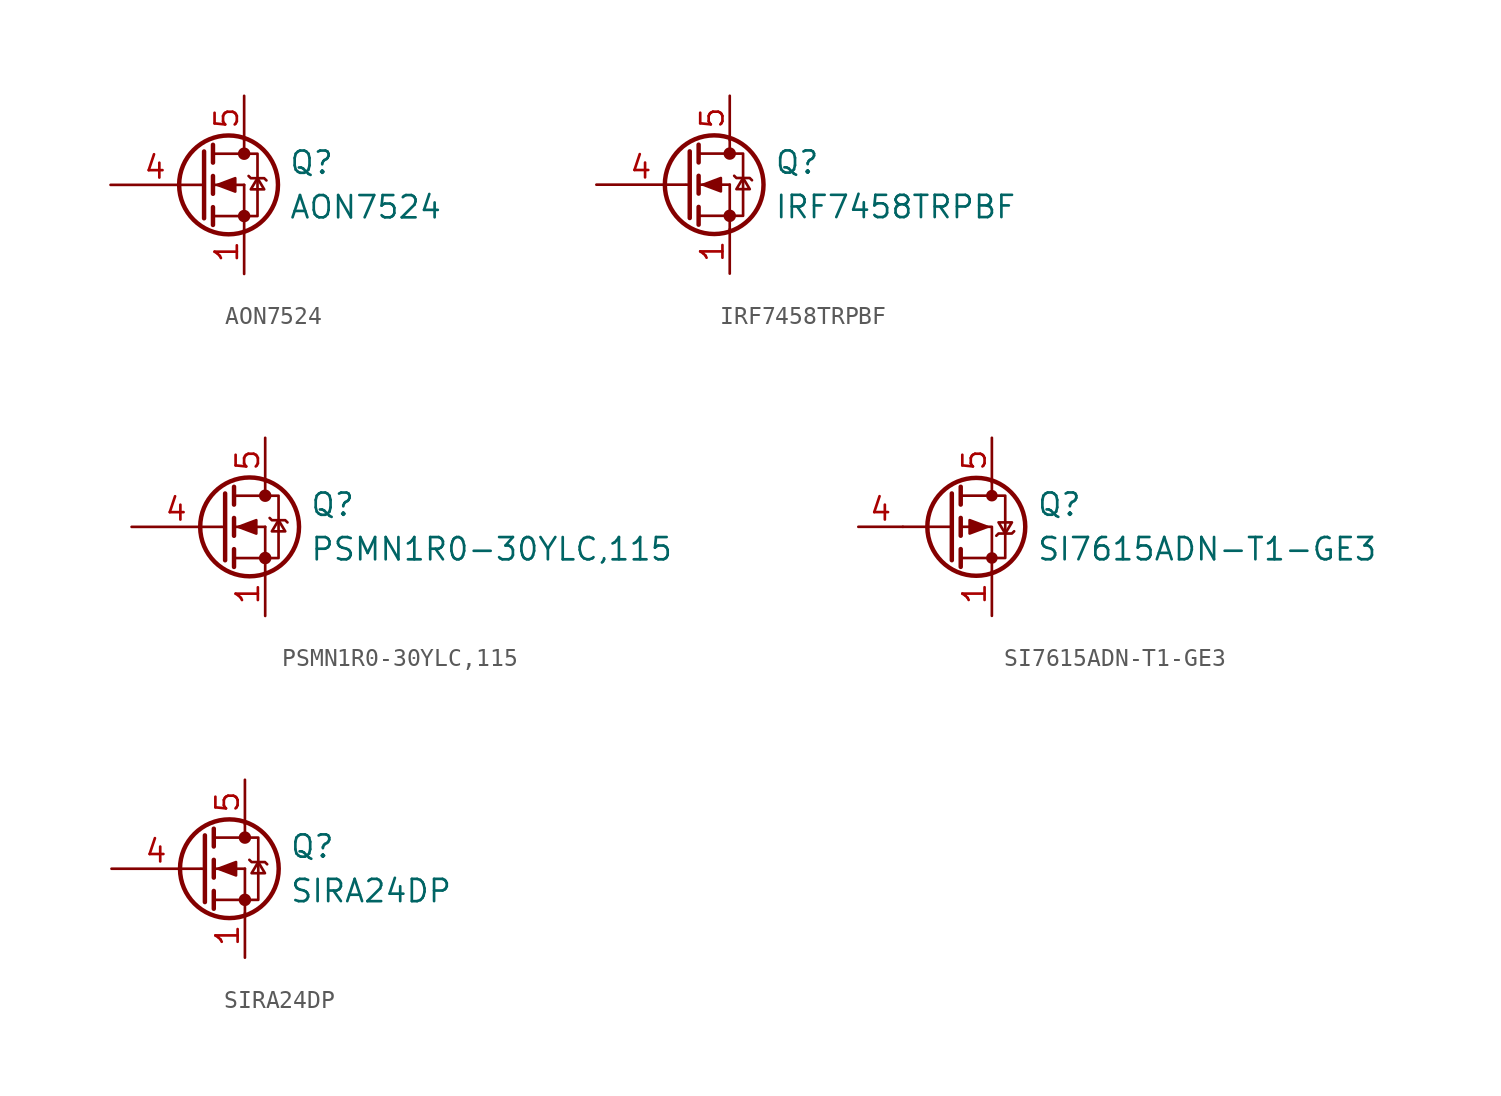
<source format=kicad_sym>
(kicad_symbol_lib
  (version 20211014)
  (generator kicad_symbol_editor)
  (symbol "AON7524"
    (pin_names
      (offset 0) hide)
    (property "Reference" "Q"
      (at 5.08 1.27 0)
      (effects (font (size 1.27 1.27)) (justify left)))
    (property "Value" "AON7524"
      (at 5.08 -1.27 0)
      (effects (font (size 1.27 1.27)) (justify left)))
    (symbol "AON7524_0_1"
      (polyline (pts (xy 0.051 0) (xy 0.254 0)) (stroke (width 0) (type default) (color 0 0 0 0)) (fill (type none)))
      (polyline (pts (xy 0.762 -1.778) (xy 2.54 -1.778)) (stroke (width 0) (type default) (color 0 0 0 0)) (fill (type none)))
      (polyline (pts (xy 0.762 -1.27) (xy 0.762 -2.286)) (stroke (width 0.254) (type default) (color 0 0 0 0)) (fill (type none)))
      (polyline (pts (xy 0.762 0) (xy 2.54 0)) (stroke (width 0) (type default) (color 0 0 0 0)) (fill (type none)))
      (polyline (pts (xy 0.762 0.508) (xy 0.762 -0.508)) (stroke (width 0.254) (type default) (color 0 0 0 0)) (fill (type none)))
      (polyline (pts (xy 0.762 1.778) (xy 2.54 1.778)) (stroke (width 0) (type default) (color 0 0 0 0)) (fill (type none)))
      (polyline (pts (xy 0.762 2.286) (xy 0.762 1.27)) (stroke (width 0.254) (type default) (color 0 0 0 0)) (fill (type none)))
      (polyline (pts (xy 2.54 -1.778) (xy 2.54 -2.54)) (stroke (width 0) (type default) (color 0 0 0 0)) (fill (type none)))
      (polyline (pts (xy 2.54 -1.778) (xy 2.54 0)) (stroke (width 0) (type default) (color 0 0 0 0)) (fill (type none)))
      (polyline (pts (xy 2.54 2.54) (xy 2.54 1.778)) (stroke (width 0) (type default) (color 0 0 0 0)) (fill (type none)))
      (polyline (pts (xy 0.254 1.905) (xy 0.254 -1.905) (xy 0.254 -1.905)) (stroke (width 0.254) (type default) (color 0 0 0 0)) (fill (type none)))
      (polyline (pts (xy 1.016 0) (xy 2.032 0.381) (xy 2.032 -0.381) (xy 1.016 0)) (stroke (width 0) (type default) (color 0 0 0 0)) (fill (type outline)))
      (polyline (pts (xy 2.54 -1.778) (xy 3.302 -1.778) (xy 3.302 1.778) (xy 2.54 1.778)) (stroke (width 0) (type default) (color 0 0 0 0)) (fill (type none)))
      (polyline (pts (xy 2.794 0.508) (xy 2.921 0.381) (xy 3.683 0.381) (xy 3.81 0.254)) (stroke (width 0) (type default) (color 0 0 0 0)) (fill (type none)))
      (polyline (pts (xy 3.302 0.381) (xy 2.921 -0.254) (xy 3.683 -0.254) (xy 3.302 0.381)) (stroke (width 0) (type default) (color 0 0 0 0)) (fill (type none)))
      (circle (center 1.651 0) (radius 2.819) (stroke (width 0.254) (type default) (color 0 0 0 0)) (fill (type none)))
      (circle (center 2.54 -1.778) (radius 0.279) (stroke (width 0) (type default) (color 0 0 0 0)) (fill (type outline)))
      (circle (center 2.54 1.778) (radius 0.279) (stroke (width 0) (type default) (color 0 0 0 0)) (fill (type outline))))
    (symbol "AON7524_1_1"
      (pin passive line (at 2.54 -5.08 90) (length 2.54) (name "S" (effects (font (size 1.27 1.27)))) (number "1" (effects (font (size 1.27 1.27)))))
      (pin passive line (at 2.54 -5.08 90) (length 2.54) hide (name "S" (effects (font (size 1.27 1.27)))) (number "2" (effects (font (size 1.27 1.27)))))
      (pin passive line (at 2.54 -5.08 90) (length 2.54) hide (name "S" (effects (font (size 1.27 1.27)))) (number "3" (effects (font (size 1.27 1.27)))))
      (pin input line (at -5.08 0 0) (length 5.08) (name "G" (effects (font (size 1.27 1.27)))) (number "4" (effects (font (size 1.27 1.27)))))
      (pin passive line (at 2.54 5.08 270) (length 2.54) (name "D" (effects (font (size 1.27 1.27)))) (number "5" (effects (font (size 1.27 1.27)))))
      (pin passive line (at 2.54 5.08 270) (length 2.54) hide (name "D" (effects (font (size 1.27 1.27)))) (number "6" (effects (font (size 1.27 1.27)))))
      (pin passive line (at 2.54 5.08 270) (length 2.54) hide (name "D" (effects (font (size 1.27 1.27)))) (number "7" (effects (font (size 1.27 1.27)))))
      (pin passive line (at 2.54 5.08 270) (length 2.54) hide (name "D" (effects (font (size 1.27 1.27)))) (number "8" (effects (font (size 1.27 1.27)))))
      (pin passive line (at 2.54 5.08 270) (length 2.54) hide (name "D" (effects (font (size 1.27 1.27)))) (number "9" (effects (font (size 1.27 1.27)))))))
  (symbol "IRF7458TRPBF"
    (pin_names
      (offset 0) hide)
    (property "Reference" "Q"
      (at 5.08 1.27 0)
      (effects (font (size 1.27 1.27)) (justify left)))
    (property "Value" "IRF7458TRPBF"
      (at 5.08 -1.27 0)
      (effects (font (size 1.27 1.27)) (justify left)))
    (symbol "IRF7458TRPBF_0_1"
      (polyline (pts (xy 0.051 0) (xy 0.254 0)) (stroke (width 0) (type default) (color 0 0 0 0)) (fill (type none)))
      (polyline (pts (xy 0.762 -1.778) (xy 2.54 -1.778)) (stroke (width 0) (type default) (color 0 0 0 0)) (fill (type none)))
      (polyline (pts (xy 0.762 -1.27) (xy 0.762 -2.286)) (stroke (width 0.254) (type default) (color 0 0 0 0)) (fill (type none)))
      (polyline (pts (xy 0.762 0) (xy 2.54 0)) (stroke (width 0) (type default) (color 0 0 0 0)) (fill (type none)))
      (polyline (pts (xy 0.762 0.508) (xy 0.762 -0.508)) (stroke (width 0.254) (type default) (color 0 0 0 0)) (fill (type none)))
      (polyline (pts (xy 0.762 1.778) (xy 2.54 1.778)) (stroke (width 0) (type default) (color 0 0 0 0)) (fill (type none)))
      (polyline (pts (xy 0.762 2.286) (xy 0.762 1.27)) (stroke (width 0.254) (type default) (color 0 0 0 0)) (fill (type none)))
      (polyline (pts (xy 2.54 -1.778) (xy 2.54 -2.54)) (stroke (width 0) (type default) (color 0 0 0 0)) (fill (type none)))
      (polyline (pts (xy 2.54 -1.778) (xy 2.54 0)) (stroke (width 0) (type default) (color 0 0 0 0)) (fill (type none)))
      (polyline (pts (xy 2.54 2.54) (xy 2.54 1.778)) (stroke (width 0) (type default) (color 0 0 0 0)) (fill (type none)))
      (polyline (pts (xy 0.254 1.905) (xy 0.254 -1.905) (xy 0.254 -1.905)) (stroke (width 0.254) (type default) (color 0 0 0 0)) (fill (type none)))
      (polyline (pts (xy 1.016 0) (xy 2.032 0.381) (xy 2.032 -0.381) (xy 1.016 0)) (stroke (width 0) (type default) (color 0 0 0 0)) (fill (type outline)))
      (polyline (pts (xy 2.54 -1.778) (xy 3.302 -1.778) (xy 3.302 1.778) (xy 2.54 1.778)) (stroke (width 0) (type default) (color 0 0 0 0)) (fill (type none)))
      (polyline (pts (xy 2.794 0.508) (xy 2.921 0.381) (xy 3.683 0.381) (xy 3.81 0.254)) (stroke (width 0) (type default) (color 0 0 0 0)) (fill (type none)))
      (polyline (pts (xy 3.302 0.381) (xy 2.921 -0.254) (xy 3.683 -0.254) (xy 3.302 0.381)) (stroke (width 0) (type default) (color 0 0 0 0)) (fill (type none)))
      (circle (center 1.651 0) (radius 2.819) (stroke (width 0.254) (type default) (color 0 0 0 0)) (fill (type none)))
      (circle (center 2.54 -1.778) (radius 0.279) (stroke (width 0) (type default) (color 0 0 0 0)) (fill (type outline)))
      (circle (center 2.54 1.778) (radius 0.279) (stroke (width 0) (type default) (color 0 0 0 0)) (fill (type outline))))
    (symbol "IRF7458TRPBF_1_1"
      (pin passive line (at 2.54 -5.08 90) (length 2.54) (name "S" (effects (font (size 1.27 1.27)))) (number "1" (effects (font (size 1.27 1.27)))))
      (pin passive line (at 2.54 -5.08 90) (length 2.54) hide (name "S" (effects (font (size 1.27 1.27)))) (number "2" (effects (font (size 1.27 1.27)))))
      (pin passive line (at 2.54 -5.08 90) (length 2.54) hide (name "S" (effects (font (size 1.27 1.27)))) (number "3" (effects (font (size 1.27 1.27)))))
      (pin input line (at -5.08 0 0) (length 5.08) (name "G" (effects (font (size 1.27 1.27)))) (number "4" (effects (font (size 1.27 1.27)))))
      (pin passive line (at 2.54 5.08 270) (length 2.54) (name "D" (effects (font (size 1.27 1.27)))) (number "5" (effects (font (size 1.27 1.27)))))
      (pin passive line (at 2.54 5.08 270) (length 2.54) hide (name "D" (effects (font (size 1.27 1.27)))) (number "6" (effects (font (size 1.27 1.27)))))
      (pin passive line (at 2.54 5.08 270) (length 2.54) hide (name "D" (effects (font (size 1.27 1.27)))) (number "7" (effects (font (size 1.27 1.27)))))
      (pin passive line (at 2.54 5.08 270) (length 2.54) hide (name "D" (effects (font (size 1.27 1.27)))) (number "8" (effects (font (size 1.27 1.27)))))))
  (symbol "PSMN1R0-30YLC,115"
    (pin_names
      (offset 0) hide)
    (property "Reference" "Q"
      (at 5.08 1.27 0)
      (effects (font (size 1.27 1.27)) (justify left)))
    (property "Value" "PSMN1R0-30YLC,115"
      (at 5.08 -1.27 0)
      (effects (font (size 1.27 1.27)) (justify left)))
    (symbol "PSMN1R0-30YLC,115_0_1"
      (polyline (pts (xy 0.051 0) (xy 0.254 0)) (stroke (width 0) (type default) (color 0 0 0 0)) (fill (type none)))
      (polyline (pts (xy 0.762 -1.778) (xy 2.54 -1.778)) (stroke (width 0) (type default) (color 0 0 0 0)) (fill (type none)))
      (polyline (pts (xy 0.762 -1.27) (xy 0.762 -2.286)) (stroke (width 0.254) (type default) (color 0 0 0 0)) (fill (type none)))
      (polyline (pts (xy 0.762 0) (xy 2.54 0)) (stroke (width 0) (type default) (color 0 0 0 0)) (fill (type none)))
      (polyline (pts (xy 0.762 0.508) (xy 0.762 -0.508)) (stroke (width 0.254) (type default) (color 0 0 0 0)) (fill (type none)))
      (polyline (pts (xy 0.762 1.778) (xy 2.54 1.778)) (stroke (width 0) (type default) (color 0 0 0 0)) (fill (type none)))
      (polyline (pts (xy 0.762 2.286) (xy 0.762 1.27)) (stroke (width 0.254) (type default) (color 0 0 0 0)) (fill (type none)))
      (polyline (pts (xy 2.54 -1.778) (xy 2.54 -2.54)) (stroke (width 0) (type default) (color 0 0 0 0)) (fill (type none)))
      (polyline (pts (xy 2.54 -1.778) (xy 2.54 0)) (stroke (width 0) (type default) (color 0 0 0 0)) (fill (type none)))
      (polyline (pts (xy 2.54 2.54) (xy 2.54 1.778)) (stroke (width 0) (type default) (color 0 0 0 0)) (fill (type none)))
      (polyline (pts (xy 0.254 1.905) (xy 0.254 -1.905) (xy 0.254 -1.905)) (stroke (width 0.254) (type default) (color 0 0 0 0)) (fill (type none)))
      (polyline (pts (xy 1.016 0) (xy 2.032 0.381) (xy 2.032 -0.381) (xy 1.016 0)) (stroke (width 0) (type default) (color 0 0 0 0)) (fill (type outline)))
      (polyline (pts (xy 2.54 -1.778) (xy 3.302 -1.778) (xy 3.302 1.778) (xy 2.54 1.778)) (stroke (width 0) (type default) (color 0 0 0 0)) (fill (type none)))
      (polyline (pts (xy 2.794 0.508) (xy 2.921 0.381) (xy 3.683 0.381) (xy 3.81 0.254)) (stroke (width 0) (type default) (color 0 0 0 0)) (fill (type none)))
      (polyline (pts (xy 3.302 0.381) (xy 2.921 -0.254) (xy 3.683 -0.254) (xy 3.302 0.381)) (stroke (width 0) (type default) (color 0 0 0 0)) (fill (type none)))
      (circle (center 1.651 0) (radius 2.819) (stroke (width 0.254) (type default) (color 0 0 0 0)) (fill (type none)))
      (circle (center 2.54 -1.778) (radius 0.279) (stroke (width 0) (type default) (color 0 0 0 0)) (fill (type outline)))
      (circle (center 2.54 1.778) (radius 0.279) (stroke (width 0) (type default) (color 0 0 0 0)) (fill (type outline))))
    (symbol "PSMN1R0-30YLC,115_1_1"
      (pin passive line (at 2.54 -5.08 90) (length 2.54) (name "S" (effects (font (size 1.27 1.27)))) (number "1" (effects (font (size 1.27 1.27)))))
      (pin passive line (at 2.54 -5.08 90) (length 2.54) hide (name "S" (effects (font (size 1.27 1.27)))) (number "2" (effects (font (size 1.27 1.27)))))
      (pin passive line (at 2.54 -5.08 90) (length 2.54) hide (name "S" (effects (font (size 1.27 1.27)))) (number "3" (effects (font (size 1.27 1.27)))))
      (pin input line (at -5.08 0 0) (length 5.08) (name "G" (effects (font (size 1.27 1.27)))) (number "4" (effects (font (size 1.27 1.27)))))
      (pin passive line (at 2.54 5.08 270) (length 2.54) (name "D" (effects (font (size 1.27 1.27)))) (number "5" (effects (font (size 1.27 1.27)))))))
  (symbol "SI7615ADN-T1-GE3"
    (pin_names
      (offset 0) hide)
    (property "Reference" "Q"
      (at 5.08 1.27 0)
      (effects (font (size 1.27 1.27)) (justify left)))
    (property "Value" "SI7615ADN-T1-GE3"
      (at 5.08 -1.27 0)
      (effects (font (size 1.27 1.27)) (justify left)))
    (symbol "SI7615ADN-T1-GE3_0_0"
      (pin passive line (at 2.54 -5.08 90) (length 2.54) hide (name "S" (effects (font (size 1.27 1.27)))) (number "2" (effects (font (size 1.27 1.27)))))
      (pin passive line (at 2.54 -5.08 90) (length 2.54) hide (name "S" (effects (font (size 1.27 1.27)))) (number "3" (effects (font (size 1.27 1.27))))))
    (symbol "SI7615ADN-T1-GE3_0_1"
      (polyline (pts (xy 0.254 0) (xy -2.54 0)) (stroke (width 0) (type default) (color 0 0 0 0)) (fill (type none)))
      (polyline (pts (xy 0.254 1.905) (xy 0.254 -1.905)) (stroke (width 0.254) (type default) (color 0 0 0 0)) (fill (type none)))
      (polyline (pts (xy 0.762 -1.27) (xy 0.762 -2.286)) (stroke (width 0.254) (type default) (color 0 0 0 0)) (fill (type none)))
      (polyline (pts (xy 0.762 0.508) (xy 0.762 -0.508)) (stroke (width 0.254) (type default) (color 0 0 0 0)) (fill (type none)))
      (polyline (pts (xy 0.762 2.286) (xy 0.762 1.27)) (stroke (width 0.254) (type default) (color 0 0 0 0)) (fill (type none)))
      (polyline (pts (xy 2.54 2.54) (xy 2.54 1.778)) (stroke (width 0) (type default) (color 0 0 0 0)) (fill (type none)))
      (polyline (pts (xy 2.54 -2.54) (xy 2.54 0) (xy 0.762 0)) (stroke (width 0) (type default) (color 0 0 0 0)) (fill (type none)))
      (polyline (pts (xy 0.762 1.778) (xy 3.302 1.778) (xy 3.302 -1.778) (xy 0.762 -1.778)) (stroke (width 0) (type default) (color 0 0 0 0)) (fill (type none)))
      (polyline (pts (xy 2.286 0) (xy 1.27 0.381) (xy 1.27 -0.381) (xy 2.286 0)) (stroke (width 0) (type default) (color 0 0 0 0)) (fill (type outline)))
      (polyline (pts (xy 2.794 -0.508) (xy 2.921 -0.381) (xy 3.683 -0.381) (xy 3.81 -0.254)) (stroke (width 0) (type default) (color 0 0 0 0)) (fill (type none)))
      (polyline (pts (xy 3.302 -0.381) (xy 2.921 0.254) (xy 3.683 0.254) (xy 3.302 -0.381)) (stroke (width 0) (type default) (color 0 0 0 0)) (fill (type none)))
      (circle (center 1.651 0) (radius 2.794) (stroke (width 0.254) (type default) (color 0 0 0 0)) (fill (type none)))
      (circle (center 2.54 -1.778) (radius 0.254) (stroke (width 0) (type default) (color 0 0 0 0)) (fill (type outline)))
      (circle (center 2.54 1.778) (radius 0.254) (stroke (width 0) (type default) (color 0 0 0 0)) (fill (type outline))))
    (symbol "SI7615ADN-T1-GE3_1_1"
      (pin passive line (at 2.54 -5.08 90) (length 2.54) (name "S" (effects (font (size 1.27 1.27)))) (number "1" (effects (font (size 1.27 1.27)))))
      (pin input line (at -5.08 0 0) (length 2.54) (name "G" (effects (font (size 1.27 1.27)))) (number "4" (effects (font (size 1.27 1.27)))))
      (pin passive line (at 2.54 5.08 270) (length 2.54) (name "D" (effects (font (size 1.27 1.27)))) (number "5" (effects (font (size 1.27 1.27)))))))
  (symbol "SIRA24DP"
    (pin_names
      (offset 0) hide)
    (property "Reference" "Q"
      (at 5.08 1.27 0)
      (effects (font (size 1.27 1.27)) (justify left)))
    (property "Value" "SIRA24DP"
      (at 5.08 -1.27 0)
      (effects (font (size 1.27 1.27)) (justify left)))
    (symbol "SIRA24DP_0_1"
      (polyline (pts (xy 0.051 0) (xy 0.254 0)) (stroke (width 0) (type default) (color 0 0 0 0)) (fill (type none)))
      (polyline (pts (xy 0.762 -1.778) (xy 2.54 -1.778)) (stroke (width 0) (type default) (color 0 0 0 0)) (fill (type none)))
      (polyline (pts (xy 0.762 -1.27) (xy 0.762 -2.286)) (stroke (width 0.254) (type default) (color 0 0 0 0)) (fill (type none)))
      (polyline (pts (xy 0.762 0) (xy 2.54 0)) (stroke (width 0) (type default) (color 0 0 0 0)) (fill (type none)))
      (polyline (pts (xy 0.762 0.508) (xy 0.762 -0.508)) (stroke (width 0.254) (type default) (color 0 0 0 0)) (fill (type none)))
      (polyline (pts (xy 0.762 1.778) (xy 2.54 1.778)) (stroke (width 0) (type default) (color 0 0 0 0)) (fill (type none)))
      (polyline (pts (xy 0.762 2.286) (xy 0.762 1.27)) (stroke (width 0.254) (type default) (color 0 0 0 0)) (fill (type none)))
      (polyline (pts (xy 2.54 -1.778) (xy 2.54 -2.54)) (stroke (width 0) (type default) (color 0 0 0 0)) (fill (type none)))
      (polyline (pts (xy 2.54 -1.778) (xy 2.54 0)) (stroke (width 0) (type default) (color 0 0 0 0)) (fill (type none)))
      (polyline (pts (xy 2.54 2.54) (xy 2.54 1.778)) (stroke (width 0) (type default) (color 0 0 0 0)) (fill (type none)))
      (polyline (pts (xy 0.254 1.905) (xy 0.254 -1.905) (xy 0.254 -1.905)) (stroke (width 0.254) (type default) (color 0 0 0 0)) (fill (type none)))
      (polyline (pts (xy 1.016 0) (xy 2.032 0.381) (xy 2.032 -0.381) (xy 1.016 0)) (stroke (width 0) (type default) (color 0 0 0 0)) (fill (type outline)))
      (polyline (pts (xy 2.54 -1.778) (xy 3.302 -1.778) (xy 3.302 1.778) (xy 2.54 1.778)) (stroke (width 0) (type default) (color 0 0 0 0)) (fill (type none)))
      (polyline (pts (xy 2.794 0.508) (xy 2.921 0.381) (xy 3.683 0.381) (xy 3.81 0.254)) (stroke (width 0) (type default) (color 0 0 0 0)) (fill (type none)))
      (polyline (pts (xy 3.302 0.381) (xy 2.921 -0.254) (xy 3.683 -0.254) (xy 3.302 0.381)) (stroke (width 0) (type default) (color 0 0 0 0)) (fill (type none)))
      (circle (center 1.651 0) (radius 2.819) (stroke (width 0.254) (type default) (color 0 0 0 0)) (fill (type none)))
      (circle (center 2.54 -1.778) (radius 0.279) (stroke (width 0) (type default) (color 0 0 0 0)) (fill (type outline)))
      (circle (center 2.54 1.778) (radius 0.279) (stroke (width 0) (type default) (color 0 0 0 0)) (fill (type outline))))
    (symbol "SIRA24DP_1_1"
      (pin passive line (at 2.54 -5.08 90) (length 2.54) (name "S" (effects (font (size 1.27 1.27)))) (number "1" (effects (font (size 1.27 1.27)))))
      (pin passive line (at 2.54 -5.08 90) (length 2.54) hide (name "S" (effects (font (size 1.27 1.27)))) (number "2" (effects (font (size 1.27 1.27)))))
      (pin passive line (at 2.54 -5.08 90) (length 2.54) hide (name "S" (effects (font (size 1.27 1.27)))) (number "3" (effects (font (size 1.27 1.27)))))
      (pin input line (at -5.08 0 0) (length 5.08) (name "G" (effects (font (size 1.27 1.27)))) (number "4" (effects (font (size 1.27 1.27)))))
      (pin passive line (at 2.54 5.08 270) (length 2.54) (name "D" (effects (font (size 1.27 1.27)))) (number "5" (effects (font (size 1.27 1.27))))))))
</source>
